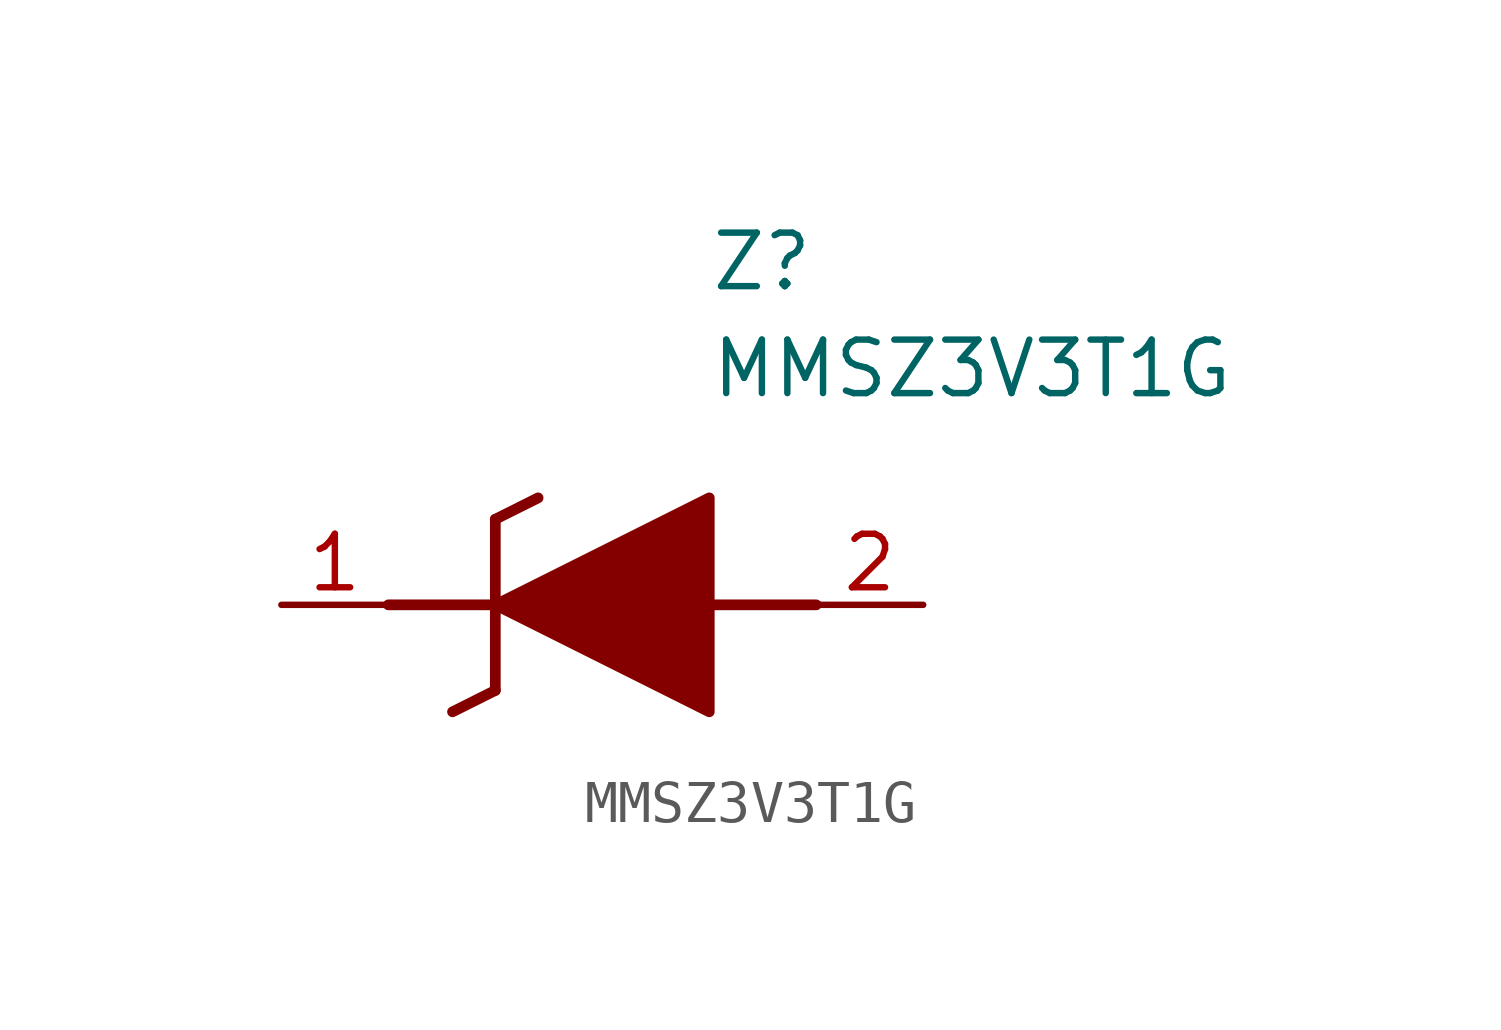
<source format=kicad_sym>
(kicad_symbol_lib
  (version 20211014)
  (generator SamacSys_ECAD_Model)
  (symbol "MMSZ3V3T1G"
    (pin_names hide)
    (property "Reference" "Z"
      (at 10.16 8.89 0)
      (effects (font (size 1.27 1.27)) (justify left top)))
    (property "Value" "MMSZ3V3T1G"
      (at 10.16 6.35 0)
      (effects (font (size 1.27 1.27)) (justify left top)))
    (polyline
      (pts (xy 5.08 2.032) (xy 5.08 -2.032))
      (stroke (width 0.254) (type default))
      (fill (type none)))
    (polyline
      (pts (xy 5.08 2.032) (xy 6.096 2.54))
      (stroke (width 0.254) (type default))
      (fill (type none)))
    (polyline
      (pts (xy 4.064 -2.54) (xy 5.08 -2.032))
      (stroke (width 0.254) (type default))
      (fill (type none)))
    (polyline
      (pts (xy 2.54 0) (xy 5.08 0))
      (stroke (width 0.254) (type default))
      (fill (type none)))
    (polyline
      (pts (xy 12.7 0) (xy 10.16 0))
      (stroke (width 0.254) (type default))
      (fill (type none)))
    (polyline
      (pts (xy 5.08 0) (xy 10.16 2.54) (xy 10.16 -2.54) (xy 5.08 0))
      (stroke (width 0.254) (type default))
      (fill (type outline)))
    (pin passive line
      (at 0 0 0)
      (length 2.54)
      (name "K" (effects (font (size 1.27 1.27))))
      (number "1" (effects (font (size 1.27 1.27)))))
    (pin passive line
      (at 15.24 0 180)
      (length 2.54)
      (name "A" (effects (font (size 1.27 1.27))))
      (number "2" (effects (font (size 1.27 1.27)))))))
</source>
